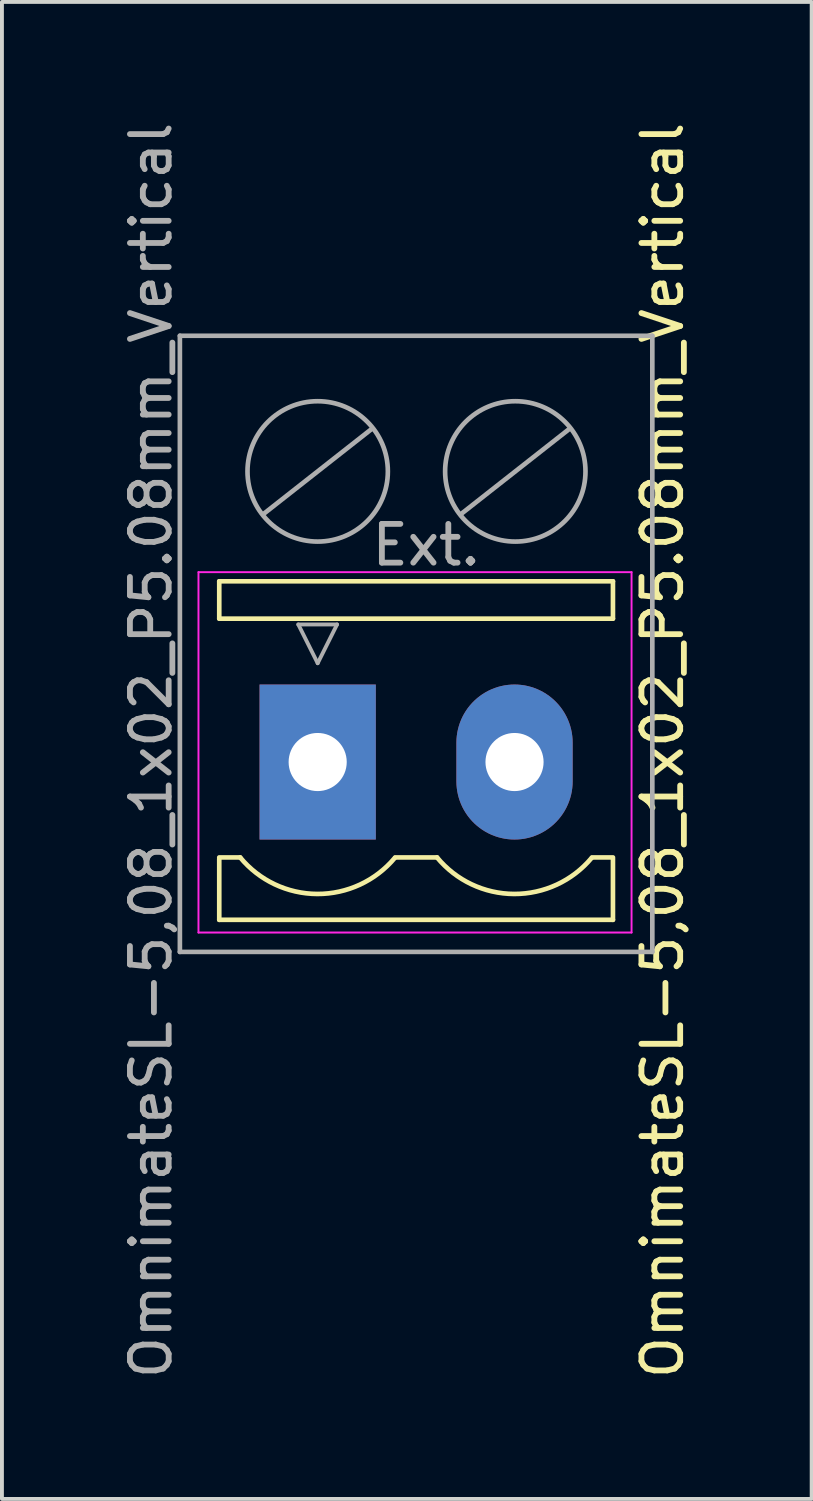
<source format=kicad_pcb>
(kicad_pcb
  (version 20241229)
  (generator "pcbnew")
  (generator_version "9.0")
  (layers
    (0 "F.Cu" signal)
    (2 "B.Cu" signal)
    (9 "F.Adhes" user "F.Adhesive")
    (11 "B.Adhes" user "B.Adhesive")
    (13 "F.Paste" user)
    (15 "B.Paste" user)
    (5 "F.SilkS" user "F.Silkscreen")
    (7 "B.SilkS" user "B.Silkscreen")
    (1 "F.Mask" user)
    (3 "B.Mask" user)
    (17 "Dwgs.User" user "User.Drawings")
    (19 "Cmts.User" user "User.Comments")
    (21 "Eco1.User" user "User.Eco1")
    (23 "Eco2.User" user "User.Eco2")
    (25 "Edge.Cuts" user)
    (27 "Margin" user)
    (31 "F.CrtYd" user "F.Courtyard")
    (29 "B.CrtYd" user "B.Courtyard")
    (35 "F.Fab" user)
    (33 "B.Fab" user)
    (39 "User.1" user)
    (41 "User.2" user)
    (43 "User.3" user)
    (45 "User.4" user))
  (footprint "OmnimateSL-5,08_1x02_P5.08mm_Vertical"
    (layer "F.Cu")
    (at 5.148 16.615)
    (property "Reference" "OmnimateSL-5,08_1x02_P5.08mm_Vertical" (at 8.9 -0.3 90) (layer "F.SilkS") (effects (font (size 1 1) (thickness 0.15))))
    (attr through_hole)
    (fp_line (start -2.54 -4.664) (end 7.62 -4.664) (stroke (width 0.12) (type solid)) (layer "F.SilkS"))
    (fp_line (start -2.54 -3.7) (end -2.54 -4.664) (stroke (width 0.12) (type solid)) (layer "F.SilkS"))
    (fp_line (start -2.54 -3.7) (end 7.62 -3.7) (stroke (width 0.12) (type solid)) (layer "F.SilkS"))
    (fp_line (start -2.54 4.072) (end -2.54 2.497) (stroke (width 0.12) (type solid)) (layer "F.SilkS"))
    (fp_line (start -2.54 4.072) (end 7.62 4.072) (stroke (width 0.12) (type solid)) (layer "F.SilkS"))
    (fp_line (start -2 2.462) (end -2.54 2.462) (stroke (width 0.12) (type solid)) (layer "F.SilkS"))
    (fp_line (start 2 2.462) (end 3.08 2.462) (stroke (width 0.12) (type solid)) (layer "F.SilkS"))
    (fp_line (start 7.62 -3.7) (end 7.62 -4.664) (stroke (width 0.12) (type solid)) (layer "F.SilkS"))
    (fp_line (start 7.62 2.462) (end 7.08 2.462) (stroke (width 0.12) (type solid)) (layer "F.SilkS"))
    (fp_line (start 7.62 4.072) (end 7.62 2.497) (stroke (width 0.12) (type solid)) (layer "F.SilkS"))
    (fp_arc (start 1.986842 2.477821) (mid -0.010289 3.404758) (end -2 2.462) (stroke (width 0.12) (type solid)) (layer "F.SilkS"))
    (fp_arc (start 7.066842 2.477821) (mid 5.069711 3.404758) (end 3.08 2.462) (stroke (width 0.12) (type solid)) (layer "F.SilkS"))
    (fp_line (start -3.076 -4.9) (end 8.1 -4.9) (stroke (width 0.05) (type solid)) (layer "F.CrtYd"))
    (fp_line (start -3.076 4.4) (end -3.076 -4.9) (stroke (width 0.05) (type solid)) (layer "F.CrtYd"))
    (fp_line (start 8.1 -4.9) (end 8.1 4.4) (stroke (width 0.05) (type solid)) (layer "F.CrtYd"))
    (fp_line (start 8.1 4.4) (end -3.076 4.4) (stroke (width 0.05) (type solid)) (layer "F.CrtYd"))
    (fp_line (start -3.556 -11) (end 8.636 -11) (stroke (width 0.12) (type solid)) (layer "F.Fab"))
    (fp_line (start -3.556 4.9) (end -3.556 -11) (stroke (width 0.12) (type solid)) (layer "F.Fab"))
    (fp_line (start -1.4 -6.4) (end 1.4 -8.6) (stroke (width 0.12) (type solid)) (layer "F.Fab"))
    (fp_line (start -0.5 -3.55) (end 0.5 -3.55) (stroke (width 0.1) (type solid)) (layer "F.Fab"))
    (fp_line (start 0 -2.55) (end -0.5 -3.55) (stroke (width 0.1) (type solid)) (layer "F.Fab"))
    (fp_line (start 0.5 -3.55) (end 0 -2.55) (stroke (width 0.1) (type solid)) (layer "F.Fab"))
    (fp_line (start 3.7 -6.4) (end 6.5 -8.6) (stroke (width 0.12) (type solid)) (layer "F.Fab"))
    (fp_line (start 8.636 -11) (end 8.636 4.9) (stroke (width 0.12) (type solid)) (layer "F.Fab"))
    (fp_line (start 8.636 4.9) (end -3.556 4.9) (stroke (width 0.12) (type solid)) (layer "F.Fab"))
    (fp_circle (center 0 -7.5) (end 1.8 -7.3) (stroke (width 0.12) (type solid)) (fill no) (layer "F.Fab"))
    (fp_circle (center 5.1 -7.5) (end 6.9 -7.3) (stroke (width 0.12) (type solid)) (fill no) (layer "F.Fab"))
    (fp_text user "${REFERENCE}" (at -4.3 -0.3 90) (layer "F.Fab") (effects (font (size 1 1) (thickness 0.15))))
    (fp_text user "Ext." (at 2.8 -5.6 180) (layer "F.Fab") (effects (font (size 1 1) (thickness 0.15))))
    (pad "1" thru_hole rect (at 0 0) (size 3 4) (drill 1.5) (layers "*.Cu" "*.Mask"))
    (pad "2" thru_hole oval (at 5.08 0) (size 3 4) (drill 1.5) (layers "*.Cu" "*.Mask")))
  (gr_rect
    (start -3 -3)
    (end 17.896 35.631)
    (stroke (width 0.1) (type default))
    (fill no)
    (layer "Edge.Cuts")))
</source>
